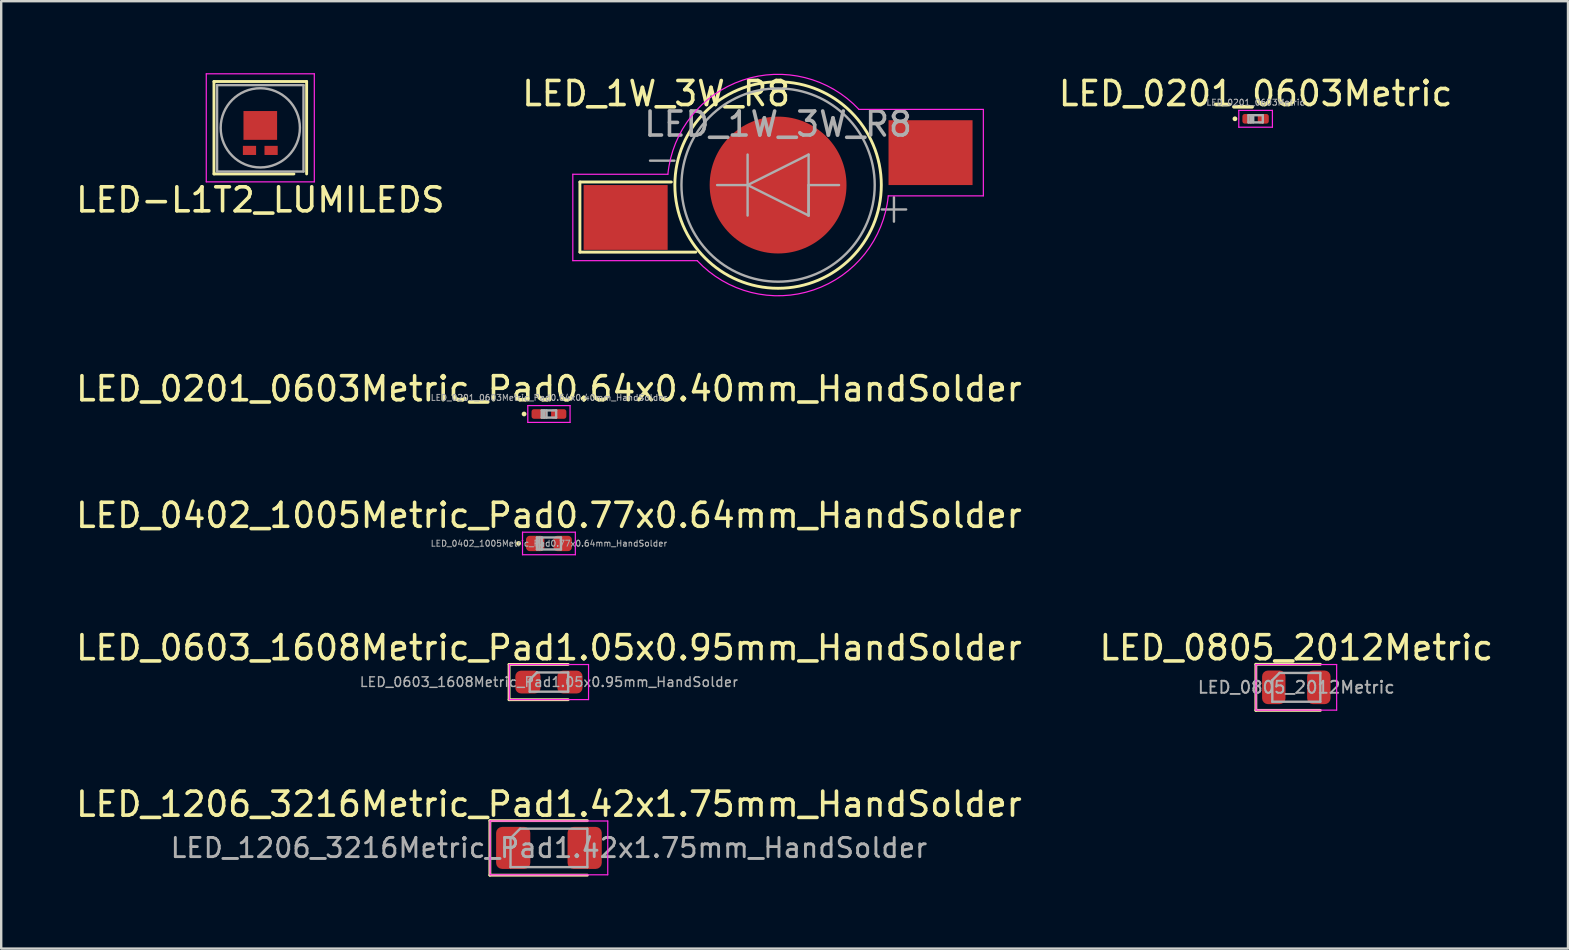
<source format=kicad_pcb>
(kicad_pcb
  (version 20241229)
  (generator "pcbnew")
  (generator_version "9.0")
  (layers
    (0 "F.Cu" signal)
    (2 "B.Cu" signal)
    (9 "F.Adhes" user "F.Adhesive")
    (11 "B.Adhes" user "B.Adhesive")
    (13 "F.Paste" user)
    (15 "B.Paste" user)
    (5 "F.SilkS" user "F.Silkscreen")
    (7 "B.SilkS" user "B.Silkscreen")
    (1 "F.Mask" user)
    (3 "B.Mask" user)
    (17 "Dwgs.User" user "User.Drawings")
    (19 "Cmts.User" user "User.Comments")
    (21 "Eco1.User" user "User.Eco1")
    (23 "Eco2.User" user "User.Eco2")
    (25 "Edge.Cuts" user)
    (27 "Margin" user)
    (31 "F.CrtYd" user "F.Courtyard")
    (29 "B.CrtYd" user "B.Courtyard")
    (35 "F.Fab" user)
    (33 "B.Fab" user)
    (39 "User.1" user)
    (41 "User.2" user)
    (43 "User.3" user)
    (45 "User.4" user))
  (footprint "LED-L1T2_LUMILEDS"
    (layer "F.Cu")
    (at 7.792 2.695)
    (property "Reference" "LED-L1T2_LUMILEDS" (at 0 2.58 0) (layer "F.SilkS") (effects (font (size 1 1) (thickness 0.15))))
    (attr smd)
    (fp_line (start -1.93 -2.35) (end 1.93 -2.35) (stroke (width 0.12) (type solid)) (layer "F.SilkS"))
    (fp_line (start -1.93 1.5) (end -1.93 -2.35) (stroke (width 0.12) (type solid)) (layer "F.SilkS"))
    (fp_line (start 1.4 1.5) (end -1.93 1.5) (stroke (width 0.12) (type solid)) (layer "F.SilkS"))
    (fp_line (start 1.93 -2.35) (end 1.93 1.5) (stroke (width 0.12) (type solid)) (layer "F.SilkS"))
    (fp_line (start -2.25 -2.67) (end 2.25 -2.67) (stroke (width 0.05) (type solid)) (layer "F.CrtYd"))
    (fp_line (start -2.25 1.83) (end -2.25 -2.67) (stroke (width 0.05) (type solid)) (layer "F.CrtYd"))
    (fp_line (start 2.25 -2.67) (end 2.25 1.83) (stroke (width 0.05) (type solid)) (layer "F.CrtYd"))
    (fp_line (start 2.25 1.83) (end -2.25 1.83) (stroke (width 0.05) (type solid)) (layer "F.CrtYd"))
    (fp_line (start -1.8 -2.2) (end -1.8 1.4) (stroke (width 0.1) (type solid)) (layer "F.Fab"))
    (fp_line (start -1.8 -2.2) (end 1.8 -2.2) (stroke (width 0.1) (type solid)) (layer "F.Fab"))
    (fp_line (start -1.8 1.4) (end 1.8 1.4) (stroke (width 0.1) (type solid)) (layer "F.Fab"))
    (fp_line (start 1.8 1.4) (end 1.8 -2.2) (stroke (width 0.1) (type solid)) (layer "F.Fab"))
    (fp_circle (center 0 -0.42) (end 0 -2.07) (stroke (width 0.1) (type solid)) (fill no) (layer "F.Fab"))
    (pad "1" smd rect (at 0.45 0.52) (size 0.55 0.38) (layers "F.Cu" "F.Mask" "F.Paste"))
    (pad "2" smd rect (at -0.45 0.52) (size 0.55 0.38) (layers "F.Cu" "F.Mask" "F.Paste"))
    (pad "3" smd rect (at 0 -0.52) (size 1.4 1.2) (layers "F.Cu" "F.Mask" "F.Paste")))
  (footprint "LED_0201_0603Metric_Pad0.64x0.40mm_HandSolder"
    (layer "F.Cu")
    (at 19.815 14.194)
    (property "Reference" "LED_0201_0603Metric_Pad0.64x0.40mm_HandSolder" (at 0 -1.05 0) (layer "F.SilkS") (effects (font (size 1 1) (thickness 0.15))))
    (attr smd)
    (fp_circle (center -1.035 0) (end -0.985 0) (stroke (width 0.1) (type solid)) (fill no) (layer "F.SilkS"))
    (fp_line (start -0.88 -0.35) (end 0.88 -0.35) (stroke (width 0.05) (type solid)) (layer "F.CrtYd"))
    (fp_line (start -0.88 0.35) (end -0.88 -0.35) (stroke (width 0.05) (type solid)) (layer "F.CrtYd"))
    (fp_line (start 0.88 -0.35) (end 0.88 0.35) (stroke (width 0.05) (type solid)) (layer "F.CrtYd"))
    (fp_line (start 0.88 0.35) (end -0.88 0.35) (stroke (width 0.05) (type solid)) (layer "F.CrtYd"))
    (fp_line (start -0.3 -0.15) (end 0.3 -0.15) (stroke (width 0.1) (type solid)) (layer "F.Fab"))
    (fp_line (start -0.3 0.15) (end -0.3 -0.15) (stroke (width 0.1) (type solid)) (layer "F.Fab"))
    (fp_line (start -0.2 0.15) (end -0.2 -0.15) (stroke (width 0.1) (type solid)) (layer "F.Fab"))
    (fp_line (start -0.1 0.15) (end -0.1 -0.15) (stroke (width 0.1) (type solid)) (layer "F.Fab"))
    (fp_line (start 0.3 -0.15) (end 0.3 0.15) (stroke (width 0.1) (type solid)) (layer "F.Fab"))
    (fp_line (start 0.3 0.15) (end -0.3 0.15) (stroke (width 0.1) (type solid)) (layer "F.Fab"))
    (fp_text user "${REFERENCE}" (at 0 -0.68 0) (layer "F.Fab") (effects (font (size 0.25 0.25) (thickness 0.04))))
    (pad "" smd roundrect (at -0.432 0) (size 0.458 0.36) (layers "F.Paste") (roundrect_rratio 0.25))
    (pad "" smd roundrect (at 0.432 0) (size 0.458 0.36) (layers "F.Paste") (roundrect_rratio 0.25))
    (pad "1" smd roundrect (at -0.407 0) (size 0.635 0.4) (layers "F.Cu" "F.Mask") (roundrect_rratio 0.25))
    (pad "2" smd roundrect (at 0.407 0) (size 0.635 0.4) (layers "F.Cu" "F.Mask") (roundrect_rratio 0.25)))
  (footprint "LED_0805_2012Metric"
    (layer "F.Cu")
    (at 50.946 25.58)
    (property "Reference" "LED_0805_2012Metric" (at 0 -1.65 0) (layer "F.SilkS") (effects (font (size 1 1) (thickness 0.15))))
    (attr smd)
    (fp_line (start -1.685 -0.96) (end -1.685 0.96) (stroke (width 0.12) (type solid)) (layer "F.SilkS"))
    (fp_line (start -1.685 0.96) (end 1 0.96) (stroke (width 0.12) (type solid)) (layer "F.SilkS"))
    (fp_line (start 1 -0.96) (end -1.685 -0.96) (stroke (width 0.12) (type solid)) (layer "F.SilkS"))
    (fp_line (start -1.68 -0.95) (end 1.68 -0.95) (stroke (width 0.05) (type solid)) (layer "F.CrtYd"))
    (fp_line (start -1.68 0.95) (end -1.68 -0.95) (stroke (width 0.05) (type solid)) (layer "F.CrtYd"))
    (fp_line (start 1.68 -0.95) (end 1.68 0.95) (stroke (width 0.05) (type solid)) (layer "F.CrtYd"))
    (fp_line (start 1.68 0.95) (end -1.68 0.95) (stroke (width 0.05) (type solid)) (layer "F.CrtYd"))
    (fp_line (start -1 -0.3) (end -1 0.6) (stroke (width 0.1) (type solid)) (layer "F.Fab"))
    (fp_line (start -1 0.6) (end 1 0.6) (stroke (width 0.1) (type solid)) (layer "F.Fab"))
    (fp_line (start -0.7 -0.6) (end -1 -0.3) (stroke (width 0.1) (type solid)) (layer "F.Fab"))
    (fp_line (start 1 -0.6) (end -0.7 -0.6) (stroke (width 0.1) (type solid)) (layer "F.Fab"))
    (fp_line (start 1 0.6) (end 1 -0.6) (stroke (width 0.1) (type solid)) (layer "F.Fab"))
    (fp_text user "${REFERENCE}" (at 0 0 0) (layer "F.Fab") (effects (font (size 0.5 0.5) (thickness 0.08))))
    (pad "1" smd roundrect (at -0.938 0) (size 0.975 1.4) (layers "F.Cu" "F.Mask" "F.Paste") (roundrect_rratio 0.25))
    (pad "2" smd roundrect (at 0.938 0) (size 0.975 1.4) (layers "F.Cu" "F.Mask" "F.Paste") (roundrect_rratio 0.25)))
  (footprint "LED_0201_0603Metric"
    (layer "F.Cu")
    (at 49.25 1.898)
    (property "Reference" "LED_0201_0603Metric" (at 0 -1.05 0) (layer "F.SilkS") (effects (font (size 1 1) (thickness 0.15))))
    (attr smd)
    (fp_circle (center -0.86 0) (end -0.81 0) (stroke (width 0.1) (type solid)) (fill no) (layer "F.SilkS"))
    (fp_line (start -0.7 -0.35) (end 0.7 -0.35) (stroke (width 0.05) (type solid)) (layer "F.CrtYd"))
    (fp_line (start -0.7 0.35) (end -0.7 -0.35) (stroke (width 0.05) (type solid)) (layer "F.CrtYd"))
    (fp_line (start 0.7 -0.35) (end 0.7 0.35) (stroke (width 0.05) (type solid)) (layer "F.CrtYd"))
    (fp_line (start 0.7 0.35) (end -0.7 0.35) (stroke (width 0.05) (type solid)) (layer "F.CrtYd"))
    (fp_line (start -0.3 -0.15) (end 0.3 -0.15) (stroke (width 0.1) (type solid)) (layer "F.Fab"))
    (fp_line (start -0.3 0.15) (end -0.3 -0.15) (stroke (width 0.1) (type solid)) (layer "F.Fab"))
    (fp_line (start -0.2 0.15) (end -0.2 -0.15) (stroke (width 0.1) (type solid)) (layer "F.Fab"))
    (fp_line (start -0.1 0.15) (end -0.1 -0.15) (stroke (width 0.1) (type solid)) (layer "F.Fab"))
    (fp_line (start 0.3 -0.15) (end 0.3 0.15) (stroke (width 0.1) (type solid)) (layer "F.Fab"))
    (fp_line (start 0.3 0.15) (end -0.3 0.15) (stroke (width 0.1) (type solid)) (layer "F.Fab"))
    (fp_text user "${REFERENCE}" (at 0 -0.68 0) (layer "F.Fab") (effects (font (size 0.25 0.25) (thickness 0.04))))
    (pad "" smd roundrect (at -0.345 0) (size 0.318 0.36) (layers "F.Paste") (roundrect_rratio 0.25))
    (pad "" smd roundrect (at 0.345 0) (size 0.318 0.36) (layers "F.Paste") (roundrect_rratio 0.25))
    (pad "1" smd roundrect (at -0.32 0) (size 0.46 0.4) (layers "F.Cu" "F.Mask") (roundrect_rratio 0.25))
    (pad "2" smd roundrect (at 0.32 0) (size 0.46 0.4) (layers "F.Cu" "F.Mask") (roundrect_rratio 0.25)))
  (footprint "LED_0603_1608Metric_Pad1.05x0.95mm_HandSolder"
    (layer "F.Cu")
    (at 19.815 25.36)
    (property "Reference" "LED_0603_1608Metric_Pad1.05x0.95mm_HandSolder" (at 0 -1.43 0) (layer "F.SilkS") (effects (font (size 1 1) (thickness 0.15))))
    (attr smd)
    (fp_line (start -1.66 -0.735) (end -1.66 0.735) (stroke (width 0.12) (type solid)) (layer "F.SilkS"))
    (fp_line (start -1.66 0.735) (end 0.8 0.735) (stroke (width 0.12) (type solid)) (layer "F.SilkS"))
    (fp_line (start 0.8 -0.735) (end -1.66 -0.735) (stroke (width 0.12) (type solid)) (layer "F.SilkS"))
    (fp_line (start -1.65 -0.73) (end 1.65 -0.73) (stroke (width 0.05) (type solid)) (layer "F.CrtYd"))
    (fp_line (start -1.65 0.73) (end -1.65 -0.73) (stroke (width 0.05) (type solid)) (layer "F.CrtYd"))
    (fp_line (start 1.65 -0.73) (end 1.65 0.73) (stroke (width 0.05) (type solid)) (layer "F.CrtYd"))
    (fp_line (start 1.65 0.73) (end -1.65 0.73) (stroke (width 0.05) (type solid)) (layer "F.CrtYd"))
    (fp_line (start -0.8 -0.1) (end -0.8 0.4) (stroke (width 0.1) (type solid)) (layer "F.Fab"))
    (fp_line (start -0.8 0.4) (end 0.8 0.4) (stroke (width 0.1) (type solid)) (layer "F.Fab"))
    (fp_line (start -0.5 -0.4) (end -0.8 -0.1) (stroke (width 0.1) (type solid)) (layer "F.Fab"))
    (fp_line (start 0.8 -0.4) (end -0.5 -0.4) (stroke (width 0.1) (type solid)) (layer "F.Fab"))
    (fp_line (start 0.8 0.4) (end 0.8 -0.4) (stroke (width 0.1) (type solid)) (layer "F.Fab"))
    (fp_text user "${REFERENCE}" (at 0 0 0) (layer "F.Fab") (effects (font (size 0.4 0.4) (thickness 0.06))))
    (pad "1" smd roundrect (at -0.875 0) (size 1.05 0.95) (layers "F.Cu" "F.Mask" "F.Paste") (roundrect_rratio 0.25))
    (pad "2" smd roundrect (at 0.875 0) (size 1.05 0.95) (layers "F.Cu" "F.Mask" "F.Paste") (roundrect_rratio 0.25)))
  (footprint "LED_0402_1005Metric_Pad0.77x0.64mm_HandSolder"
    (layer "F.Cu")
    (at 19.815 19.587)
    (property "Reference" "LED_0402_1005Metric_Pad0.77x0.64mm_HandSolder" (at 0 -1.17 0) (layer "F.SilkS") (effects (font (size 1 1) (thickness 0.15))))
    (attr smd)
    (fp_circle (center -1.265 0) (end -1.215 0) (stroke (width 0.1) (type solid)) (fill no) (layer "F.SilkS"))
    (fp_line (start -1.1 -0.47) (end 1.1 -0.47) (stroke (width 0.05) (type solid)) (layer "F.CrtYd"))
    (fp_line (start -1.1 0.47) (end -1.1 -0.47) (stroke (width 0.05) (type solid)) (layer "F.CrtYd"))
    (fp_line (start 1.1 -0.47) (end 1.1 0.47) (stroke (width 0.05) (type solid)) (layer "F.CrtYd"))
    (fp_line (start 1.1 0.47) (end -1.1 0.47) (stroke (width 0.05) (type solid)) (layer "F.CrtYd"))
    (fp_line (start -0.5 -0.25) (end 0.5 -0.25) (stroke (width 0.1) (type solid)) (layer "F.Fab"))
    (fp_line (start -0.5 0.25) (end -0.5 -0.25) (stroke (width 0.1) (type solid)) (layer "F.Fab"))
    (fp_line (start -0.4 0.25) (end -0.4 -0.25) (stroke (width 0.1) (type solid)) (layer "F.Fab"))
    (fp_line (start -0.3 0.25) (end -0.3 -0.25) (stroke (width 0.1) (type solid)) (layer "F.Fab"))
    (fp_line (start 0.5 -0.25) (end 0.5 0.25) (stroke (width 0.1) (type solid)) (layer "F.Fab"))
    (fp_line (start 0.5 0.25) (end -0.5 0.25) (stroke (width 0.1) (type solid)) (layer "F.Fab"))
    (fp_text user "${REFERENCE}" (at 0 0 0) (layer "F.Fab") (effects (font (size 0.25 0.25) (thickness 0.04))))
    (pad "1" smd roundrect (at -0.573 0) (size 0.765 0.64) (layers "F.Cu" "F.Mask" "F.Paste") (roundrect_rratio 0.25))
    (pad "2" smd roundrect (at 0.573 0) (size 0.765 0.64) (layers "F.Cu" "F.Mask" "F.Paste") (roundrect_rratio 0.25)))
  (footprint "LED_1W_3W_R8"
    (layer "F.Cu")
    (at 29.36 4.658)
    (property "Reference" "LED_1W_3W_R8" (at -5.08 -3.81 0) (layer "F.SilkS") (effects (font (size 1 1) (thickness 0.15))))
    (attr smd)
    (fp_line (start -8.255 -0.127) (end -8.255 2.794) (stroke (width 0.12) (type solid)) (layer "F.SilkS"))
    (fp_line (start -8.255 2.794) (end -3.429 2.794) (stroke (width 0.12) (type solid)) (layer "F.SilkS"))
    (fp_line (start -4.445 -0.127) (end -8.255 -0.127) (stroke (width 0.12) (type solid)) (layer "F.SilkS"))
    (fp_circle (center 0 0) (end -4.3 0) (stroke (width 0.12) (type solid)) (fill no) (layer "F.SilkS"))
    (fp_line (start -8.55 -0.45) (end -8.55 3.15) (stroke (width 0.05) (type solid)) (layer "F.CrtYd"))
    (fp_line (start -8.55 3.15) (end -3.37 3.15) (stroke (width 0.05) (type solid)) (layer "F.CrtYd"))
    (fp_line (start -4.59 -0.45) (end -8.55 -0.45) (stroke (width 0.05) (type solid)) (layer "F.CrtYd"))
    (fp_line (start 3.37 -3.15) (end 8.55 -3.15) (stroke (width 0.05) (type solid)) (layer "F.CrtYd"))
    (fp_line (start 8.55 -3.15) (end 8.55 0.45) (stroke (width 0.05) (type solid)) (layer "F.CrtYd"))
    (fp_line (start 8.55 0.45) (end 4.59 0.45) (stroke (width 0.05) (type solid)) (layer "F.CrtYd"))
    (fp_arc (start -4.59 -0.45) (mid -1.481265 -4.36766) (end 3.369303 -3.149349) (stroke (width 0.05) (type solid)) (layer "F.CrtYd"))
    (fp_arc (start 4.59 0.45) (mid 1.481265 4.36766) (end -3.369303 3.149349) (stroke (width 0.05) (type solid)) (layer "F.CrtYd"))
    (fp_line (start -5.334 -1.016) (end -4.318 -1.016) (stroke (width 0.1) (type solid)) (layer "F.Fab"))
    (fp_line (start -2.54 0) (end -1.27 0) (stroke (width 0.1) (type solid)) (layer "F.Fab"))
    (fp_line (start -1.27 -1.27) (end -1.27 1.27) (stroke (width 0.1) (type solid)) (layer "F.Fab"))
    (fp_line (start -1.27 0) (end 1.27 -1.27) (stroke (width 0.1) (type solid)) (layer "F.Fab"))
    (fp_line (start -1.27 0) (end 1.27 1.27) (stroke (width 0.1) (type solid)) (layer "F.Fab"))
    (fp_line (start 1.27 -1.27) (end 1.27 1.27) (stroke (width 0.1) (type solid)) (layer "F.Fab"))
    (fp_line (start 1.27 0) (end 2.54 0) (stroke (width 0.1) (type solid)) (layer "F.Fab"))
    (fp_line (start 1.27 1.27) (end 1.27 0) (stroke (width 0.1) (type solid)) (layer "F.Fab"))
    (fp_line (start 4.318 1.016) (end 5.334 1.016) (stroke (width 0.1) (type solid)) (layer "F.Fab"))
    (fp_line (start 4.826 1.524) (end 4.826 0.508) (stroke (width 0.1) (type solid)) (layer "F.Fab"))
    (fp_circle (center 0 0) (end 4.025 0) (stroke (width 0.1) (type solid)) (fill no) (layer "F.Fab"))
    (fp_text user "${REFERENCE}" (at 0 -2.54 0) (layer "F.Fab") (effects (font (size 1 1) (thickness 0.15))))
    (pad "1" smd rect (at -6.35 1.35) (size 3.5 2.7) (layers "F.Cu" "F.Mask" "F.Paste"))
    (pad "2" smd rect (at 6.35 -1.35) (size 3.5 2.7) (layers "F.Cu" "F.Mask" "F.Paste"))
    (pad "3" smd circle (at 0 0) (size 5.7 5.7) (layers "F.Cu" "F.Mask" "F.Paste")))
  (footprint "LED_1206_3216Metric_Pad1.42x1.75mm_HandSolder"
    (layer "F.Cu")
    (at 19.815 32.268)
    (property "Reference" "LED_1206_3216Metric_Pad1.42x1.75mm_HandSolder" (at 0 -1.82 0) (layer "F.SilkS") (effects (font (size 1 1) (thickness 0.15))))
    (attr smd)
    (fp_line (start -2.46 -1.135) (end -2.46 1.135) (stroke (width 0.12) (type solid)) (layer "F.SilkS"))
    (fp_line (start -2.46 1.135) (end 1.6 1.135) (stroke (width 0.12) (type solid)) (layer "F.SilkS"))
    (fp_line (start 1.6 -1.135) (end -2.46 -1.135) (stroke (width 0.12) (type solid)) (layer "F.SilkS"))
    (fp_line (start -2.45 -1.12) (end 2.45 -1.12) (stroke (width 0.05) (type solid)) (layer "F.CrtYd"))
    (fp_line (start -2.45 1.12) (end -2.45 -1.12) (stroke (width 0.05) (type solid)) (layer "F.CrtYd"))
    (fp_line (start 2.45 -1.12) (end 2.45 1.12) (stroke (width 0.05) (type solid)) (layer "F.CrtYd"))
    (fp_line (start 2.45 1.12) (end -2.45 1.12) (stroke (width 0.05) (type solid)) (layer "F.CrtYd"))
    (fp_line (start -1.6 -0.4) (end -1.6 0.8) (stroke (width 0.1) (type solid)) (layer "F.Fab"))
    (fp_line (start -1.6 0.8) (end 1.6 0.8) (stroke (width 0.1) (type solid)) (layer "F.Fab"))
    (fp_line (start -1.2 -0.8) (end -1.6 -0.4) (stroke (width 0.1) (type solid)) (layer "F.Fab"))
    (fp_line (start 1.6 -0.8) (end -1.2 -0.8) (stroke (width 0.1) (type solid)) (layer "F.Fab"))
    (fp_line (start 1.6 0.8) (end 1.6 -0.8) (stroke (width 0.1) (type solid)) (layer "F.Fab"))
    (fp_text user "${REFERENCE}" (at 0 0 0) (layer "F.Fab") (effects (font (size 0.8 0.8) (thickness 0.12))))
    (pad "1" smd roundrect (at -1.488 0) (size 1.425 1.75) (layers "F.Cu" "F.Mask" "F.Paste") (roundrect_rratio 0.175))
    (pad "2" smd roundrect (at 1.488 0) (size 1.425 1.75) (layers "F.Cu" "F.Mask" "F.Paste") (roundrect_rratio 0.175)))
  (gr_rect
    (start -3 -3)
    (end 62.262 36.463)
    (stroke (width 0.1) (type default))
    (fill no)
    (layer "Edge.Cuts")))
</source>
